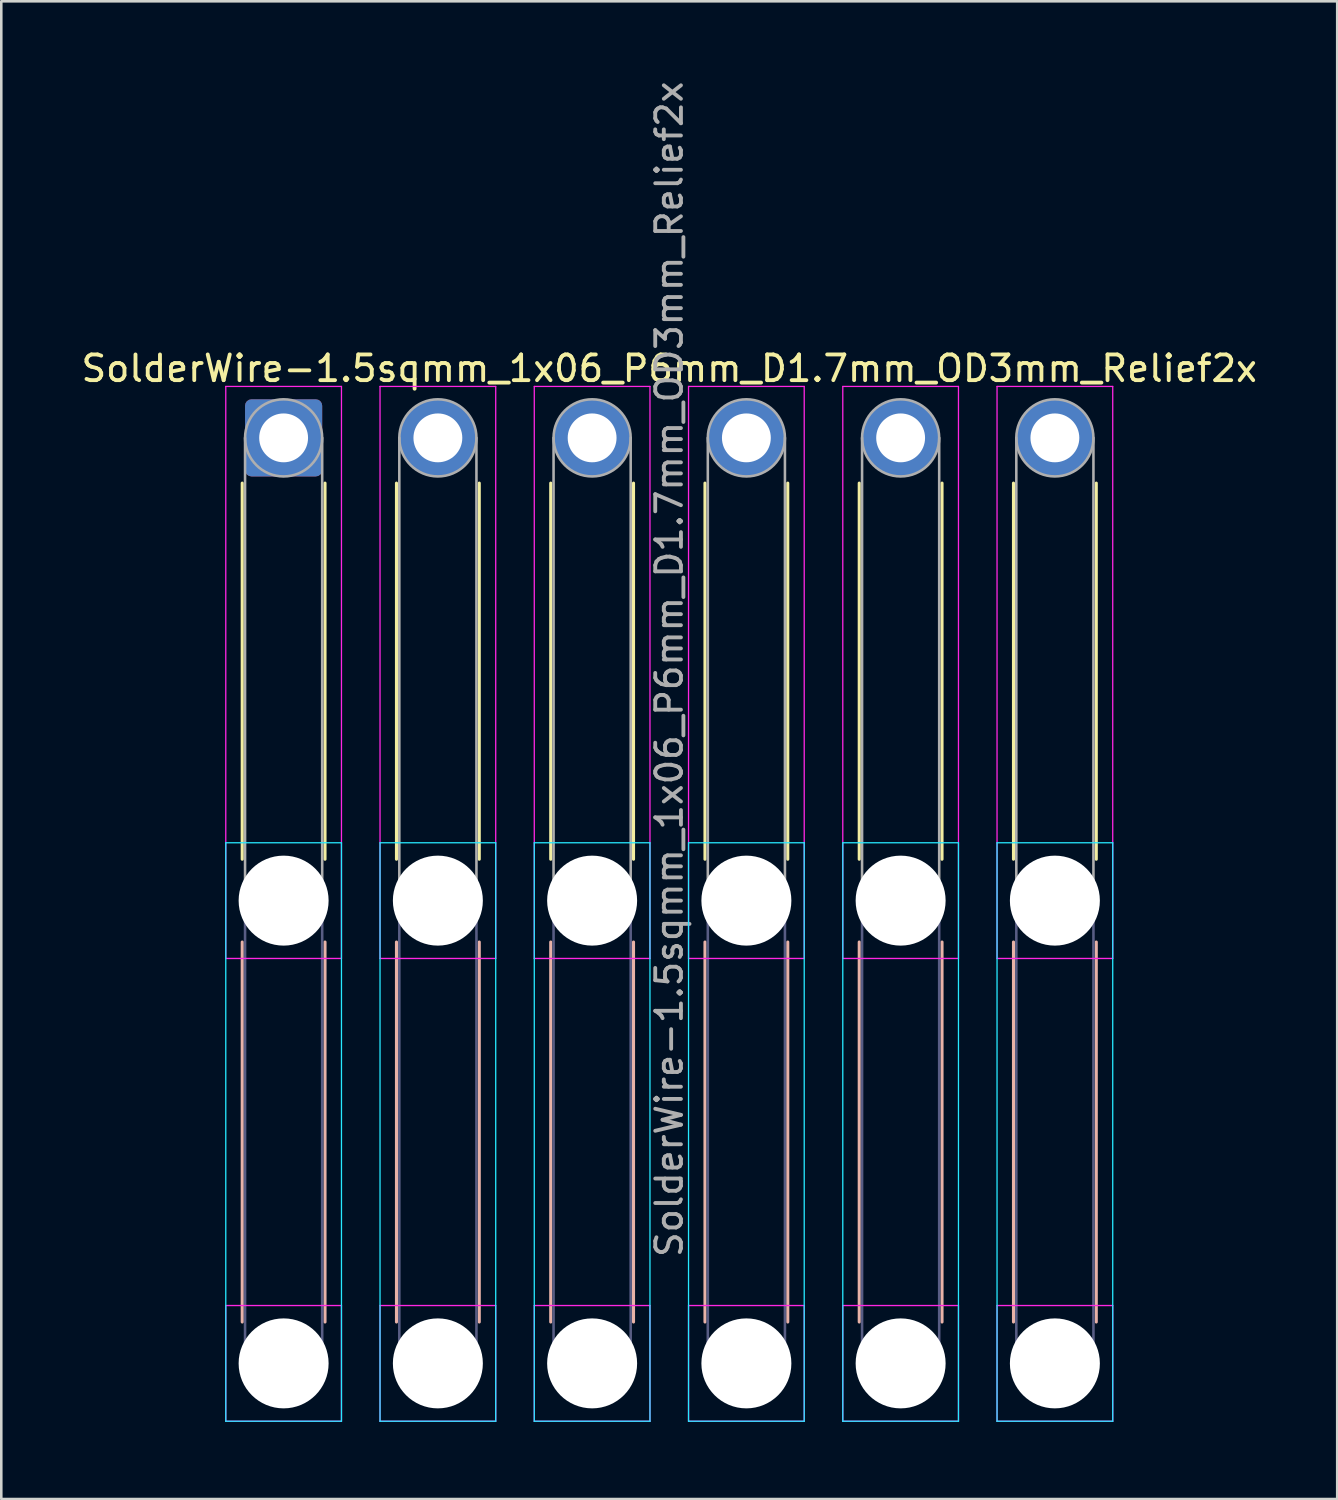
<source format=kicad_pcb>
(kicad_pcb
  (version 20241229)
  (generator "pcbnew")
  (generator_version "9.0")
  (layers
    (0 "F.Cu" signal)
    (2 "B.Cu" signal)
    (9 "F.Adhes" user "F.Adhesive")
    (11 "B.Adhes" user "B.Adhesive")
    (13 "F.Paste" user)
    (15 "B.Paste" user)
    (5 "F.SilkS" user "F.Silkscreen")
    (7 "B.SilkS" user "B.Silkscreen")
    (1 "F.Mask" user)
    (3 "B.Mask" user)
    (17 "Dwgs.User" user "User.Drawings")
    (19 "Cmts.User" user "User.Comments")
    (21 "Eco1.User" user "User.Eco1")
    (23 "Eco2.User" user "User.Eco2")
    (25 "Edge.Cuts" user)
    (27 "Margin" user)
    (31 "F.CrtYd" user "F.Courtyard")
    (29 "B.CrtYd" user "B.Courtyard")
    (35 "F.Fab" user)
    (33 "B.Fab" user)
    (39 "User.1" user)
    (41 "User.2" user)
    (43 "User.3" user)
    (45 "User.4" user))
  (footprint "SolderWire-1.5sqmm_1x06_P6mm_D1.7mm_OD3mm_Relief2x"
    (layer "F.Cu")
    (at 7.982 13.982)
    (property "Reference" "SolderWire-1.5sqmm_1x06_P6mm_D1.7mm_OD3mm_Relief2x" (at 15 -2.7 0) (layer "F.SilkS") (effects (font (size 1 1) (thickness 0.15))))
    (attr exclude_from_pos_files exclude_from_bom)
    (fp_line (start -1.61 1.76) (end -1.61 16.39) (stroke (width 0.12) (type solid)) (layer "F.SilkS"))
    (fp_line (start 1.61 1.76) (end 1.61 16.39) (stroke (width 0.12) (type solid)) (layer "F.SilkS"))
    (fp_line (start 4.39 1.76) (end 4.39 16.39) (stroke (width 0.12) (type solid)) (layer "F.SilkS"))
    (fp_line (start 7.61 1.76) (end 7.61 16.39) (stroke (width 0.12) (type solid)) (layer "F.SilkS"))
    (fp_line (start 10.39 1.76) (end 10.39 16.39) (stroke (width 0.12) (type solid)) (layer "F.SilkS"))
    (fp_line (start 13.61 1.76) (end 13.61 16.39) (stroke (width 0.12) (type solid)) (layer "F.SilkS"))
    (fp_line (start 16.39 1.76) (end 16.39 16.39) (stroke (width 0.12) (type solid)) (layer "F.SilkS"))
    (fp_line (start 19.61 1.76) (end 19.61 16.39) (stroke (width 0.12) (type solid)) (layer "F.SilkS"))
    (fp_line (start 22.39 1.76) (end 22.39 16.39) (stroke (width 0.12) (type solid)) (layer "F.SilkS"))
    (fp_line (start 25.61 1.76) (end 25.61 16.39) (stroke (width 0.12) (type solid)) (layer "F.SilkS"))
    (fp_line (start 28.39 1.76) (end 28.39 16.39) (stroke (width 0.12) (type solid)) (layer "F.SilkS"))
    (fp_line (start 31.61 1.76) (end 31.61 16.39) (stroke (width 0.12) (type solid)) (layer "F.SilkS"))
    (fp_line (start -1.61 19.61) (end -1.61 34.39) (stroke (width 0.12) (type solid)) (layer "B.SilkS"))
    (fp_line (start 1.61 19.61) (end 1.61 34.39) (stroke (width 0.12) (type solid)) (layer "B.SilkS"))
    (fp_line (start 4.39 19.61) (end 4.39 34.39) (stroke (width 0.12) (type solid)) (layer "B.SilkS"))
    (fp_line (start 7.61 19.61) (end 7.61 34.39) (stroke (width 0.12) (type solid)) (layer "B.SilkS"))
    (fp_line (start 10.39 19.61) (end 10.39 34.39) (stroke (width 0.12) (type solid)) (layer "B.SilkS"))
    (fp_line (start 13.61 19.61) (end 13.61 34.39) (stroke (width 0.12) (type solid)) (layer "B.SilkS"))
    (fp_line (start 16.39 19.61) (end 16.39 34.39) (stroke (width 0.12) (type solid)) (layer "B.SilkS"))
    (fp_line (start 19.61 19.61) (end 19.61 34.39) (stroke (width 0.12) (type solid)) (layer "B.SilkS"))
    (fp_line (start 22.39 19.61) (end 22.39 34.39) (stroke (width 0.12) (type solid)) (layer "B.SilkS"))
    (fp_line (start 25.61 19.61) (end 25.61 34.39) (stroke (width 0.12) (type solid)) (layer "B.SilkS"))
    (fp_line (start 28.39 19.61) (end 28.39 34.39) (stroke (width 0.12) (type solid)) (layer "B.SilkS"))
    (fp_line (start 31.61 19.61) (end 31.61 34.39) (stroke (width 0.12) (type solid)) (layer "B.SilkS"))
    (fp_line (start -2.25 15.75) (end -2.25 38.25) (stroke (width 0.05) (type solid)) (layer "B.CrtYd"))
    (fp_line (start -2.25 38.25) (end 2.25 38.25) (stroke (width 0.05) (type solid)) (layer "B.CrtYd"))
    (fp_line (start 2.25 15.75) (end -2.25 15.75) (stroke (width 0.05) (type solid)) (layer "B.CrtYd"))
    (fp_line (start 2.25 38.25) (end 2.25 15.75) (stroke (width 0.05) (type solid)) (layer "B.CrtYd"))
    (fp_line (start 3.75 15.75) (end 3.75 38.25) (stroke (width 0.05) (type solid)) (layer "B.CrtYd"))
    (fp_line (start 3.75 38.25) (end 8.25 38.25) (stroke (width 0.05) (type solid)) (layer "B.CrtYd"))
    (fp_line (start 8.25 15.75) (end 3.75 15.75) (stroke (width 0.05) (type solid)) (layer "B.CrtYd"))
    (fp_line (start 8.25 38.25) (end 8.25 15.75) (stroke (width 0.05) (type solid)) (layer "B.CrtYd"))
    (fp_line (start 9.75 15.75) (end 9.75 38.25) (stroke (width 0.05) (type solid)) (layer "B.CrtYd"))
    (fp_line (start 9.75 38.25) (end 14.25 38.25) (stroke (width 0.05) (type solid)) (layer "B.CrtYd"))
    (fp_line (start 14.25 15.75) (end 9.75 15.75) (stroke (width 0.05) (type solid)) (layer "B.CrtYd"))
    (fp_line (start 14.25 38.25) (end 14.25 15.75) (stroke (width 0.05) (type solid)) (layer "B.CrtYd"))
    (fp_line (start 15.75 15.75) (end 15.75 38.25) (stroke (width 0.05) (type solid)) (layer "B.CrtYd"))
    (fp_line (start 15.75 38.25) (end 20.25 38.25) (stroke (width 0.05) (type solid)) (layer "B.CrtYd"))
    (fp_line (start 20.25 15.75) (end 15.75 15.75) (stroke (width 0.05) (type solid)) (layer "B.CrtYd"))
    (fp_line (start 20.25 38.25) (end 20.25 15.75) (stroke (width 0.05) (type solid)) (layer "B.CrtYd"))
    (fp_line (start 21.75 15.75) (end 21.75 38.25) (stroke (width 0.05) (type solid)) (layer "B.CrtYd"))
    (fp_line (start 21.75 38.25) (end 26.25 38.25) (stroke (width 0.05) (type solid)) (layer "B.CrtYd"))
    (fp_line (start 26.25 15.75) (end 21.75 15.75) (stroke (width 0.05) (type solid)) (layer "B.CrtYd"))
    (fp_line (start 26.25 38.25) (end 26.25 15.75) (stroke (width 0.05) (type solid)) (layer "B.CrtYd"))
    (fp_line (start 27.75 15.75) (end 27.75 38.25) (stroke (width 0.05) (type solid)) (layer "B.CrtYd"))
    (fp_line (start 27.75 38.25) (end 32.25 38.25) (stroke (width 0.05) (type solid)) (layer "B.CrtYd"))
    (fp_line (start 32.25 15.75) (end 27.75 15.75) (stroke (width 0.05) (type solid)) (layer "B.CrtYd"))
    (fp_line (start 32.25 38.25) (end 32.25 15.75) (stroke (width 0.05) (type solid)) (layer "B.CrtYd"))
    (fp_line (start -2.25 -2) (end -2.25 20.25) (stroke (width 0.05) (type solid)) (layer "F.CrtYd"))
    (fp_line (start -2.25 20.25) (end 2.25 20.25) (stroke (width 0.05) (type solid)) (layer "F.CrtYd"))
    (fp_line (start -2.25 33.75) (end -2.25 38.25) (stroke (width 0.05) (type solid)) (layer "F.CrtYd"))
    (fp_line (start -2.25 38.25) (end 2.25 38.25) (stroke (width 0.05) (type solid)) (layer "F.CrtYd"))
    (fp_line (start 2.25 -2) (end -2.25 -2) (stroke (width 0.05) (type solid)) (layer "F.CrtYd"))
    (fp_line (start 2.25 20.25) (end 2.25 -2) (stroke (width 0.05) (type solid)) (layer "F.CrtYd"))
    (fp_line (start 2.25 33.75) (end -2.25 33.75) (stroke (width 0.05) (type solid)) (layer "F.CrtYd"))
    (fp_line (start 2.25 38.25) (end 2.25 33.75) (stroke (width 0.05) (type solid)) (layer "F.CrtYd"))
    (fp_line (start 3.75 -2) (end 3.75 20.25) (stroke (width 0.05) (type solid)) (layer "F.CrtYd"))
    (fp_line (start 3.75 20.25) (end 8.25 20.25) (stroke (width 0.05) (type solid)) (layer "F.CrtYd"))
    (fp_line (start 3.75 33.75) (end 3.75 38.25) (stroke (width 0.05) (type solid)) (layer "F.CrtYd"))
    (fp_line (start 3.75 38.25) (end 8.25 38.25) (stroke (width 0.05) (type solid)) (layer "F.CrtYd"))
    (fp_line (start 8.25 -2) (end 3.75 -2) (stroke (width 0.05) (type solid)) (layer "F.CrtYd"))
    (fp_line (start 8.25 20.25) (end 8.25 -2) (stroke (width 0.05) (type solid)) (layer "F.CrtYd"))
    (fp_line (start 8.25 33.75) (end 3.75 33.75) (stroke (width 0.05) (type solid)) (layer "F.CrtYd"))
    (fp_line (start 8.25 38.25) (end 8.25 33.75) (stroke (width 0.05) (type solid)) (layer "F.CrtYd"))
    (fp_line (start 9.75 -2) (end 9.75 20.25) (stroke (width 0.05) (type solid)) (layer "F.CrtYd"))
    (fp_line (start 9.75 20.25) (end 14.25 20.25) (stroke (width 0.05) (type solid)) (layer "F.CrtYd"))
    (fp_line (start 9.75 33.75) (end 9.75 38.25) (stroke (width 0.05) (type solid)) (layer "F.CrtYd"))
    (fp_line (start 9.75 38.25) (end 14.25 38.25) (stroke (width 0.05) (type solid)) (layer "F.CrtYd"))
    (fp_line (start 14.25 -2) (end 9.75 -2) (stroke (width 0.05) (type solid)) (layer "F.CrtYd"))
    (fp_line (start 14.25 20.25) (end 14.25 -2) (stroke (width 0.05) (type solid)) (layer "F.CrtYd"))
    (fp_line (start 14.25 33.75) (end 9.75 33.75) (stroke (width 0.05) (type solid)) (layer "F.CrtYd"))
    (fp_line (start 14.25 38.25) (end 14.25 33.75) (stroke (width 0.05) (type solid)) (layer "F.CrtYd"))
    (fp_line (start 15.75 -2) (end 15.75 20.25) (stroke (width 0.05) (type solid)) (layer "F.CrtYd"))
    (fp_line (start 15.75 20.25) (end 20.25 20.25) (stroke (width 0.05) (type solid)) (layer "F.CrtYd"))
    (fp_line (start 15.75 33.75) (end 15.75 38.25) (stroke (width 0.05) (type solid)) (layer "F.CrtYd"))
    (fp_line (start 15.75 38.25) (end 20.25 38.25) (stroke (width 0.05) (type solid)) (layer "F.CrtYd"))
    (fp_line (start 20.25 -2) (end 15.75 -2) (stroke (width 0.05) (type solid)) (layer "F.CrtYd"))
    (fp_line (start 20.25 20.25) (end 20.25 -2) (stroke (width 0.05) (type solid)) (layer "F.CrtYd"))
    (fp_line (start 20.25 33.75) (end 15.75 33.75) (stroke (width 0.05) (type solid)) (layer "F.CrtYd"))
    (fp_line (start 20.25 38.25) (end 20.25 33.75) (stroke (width 0.05) (type solid)) (layer "F.CrtYd"))
    (fp_line (start 21.75 -2) (end 21.75 20.25) (stroke (width 0.05) (type solid)) (layer "F.CrtYd"))
    (fp_line (start 21.75 20.25) (end 26.25 20.25) (stroke (width 0.05) (type solid)) (layer "F.CrtYd"))
    (fp_line (start 21.75 33.75) (end 21.75 38.25) (stroke (width 0.05) (type solid)) (layer "F.CrtYd"))
    (fp_line (start 21.75 38.25) (end 26.25 38.25) (stroke (width 0.05) (type solid)) (layer "F.CrtYd"))
    (fp_line (start 26.25 -2) (end 21.75 -2) (stroke (width 0.05) (type solid)) (layer "F.CrtYd"))
    (fp_line (start 26.25 20.25) (end 26.25 -2) (stroke (width 0.05) (type solid)) (layer "F.CrtYd"))
    (fp_line (start 26.25 33.75) (end 21.75 33.75) (stroke (width 0.05) (type solid)) (layer "F.CrtYd"))
    (fp_line (start 26.25 38.25) (end 26.25 33.75) (stroke (width 0.05) (type solid)) (layer "F.CrtYd"))
    (fp_line (start 27.75 -2) (end 27.75 20.25) (stroke (width 0.05) (type solid)) (layer "F.CrtYd"))
    (fp_line (start 27.75 20.25) (end 32.25 20.25) (stroke (width 0.05) (type solid)) (layer "F.CrtYd"))
    (fp_line (start 27.75 33.75) (end 27.75 38.25) (stroke (width 0.05) (type solid)) (layer "F.CrtYd"))
    (fp_line (start 27.75 38.25) (end 32.25 38.25) (stroke (width 0.05) (type solid)) (layer "F.CrtYd"))
    (fp_line (start 32.25 -2) (end 27.75 -2) (stroke (width 0.05) (type solid)) (layer "F.CrtYd"))
    (fp_line (start 32.25 20.25) (end 32.25 -2) (stroke (width 0.05) (type solid)) (layer "F.CrtYd"))
    (fp_line (start 32.25 33.75) (end 27.75 33.75) (stroke (width 0.05) (type solid)) (layer "F.CrtYd"))
    (fp_line (start 32.25 38.25) (end 32.25 33.75) (stroke (width 0.05) (type solid)) (layer "F.CrtYd"))
    (fp_line (start -1.5 18) (end -1.5 36) (stroke (width 0.1) (type solid)) (layer "B.Fab"))
    (fp_line (start 1.5 18) (end 1.5 36) (stroke (width 0.1) (type solid)) (layer "B.Fab"))
    (fp_line (start 4.5 18) (end 4.5 36) (stroke (width 0.1) (type solid)) (layer "B.Fab"))
    (fp_line (start 7.5 18) (end 7.5 36) (stroke (width 0.1) (type solid)) (layer "B.Fab"))
    (fp_line (start 10.5 18) (end 10.5 36) (stroke (width 0.1) (type solid)) (layer "B.Fab"))
    (fp_line (start 13.5 18) (end 13.5 36) (stroke (width 0.1) (type solid)) (layer "B.Fab"))
    (fp_line (start 16.5 18) (end 16.5 36) (stroke (width 0.1) (type solid)) (layer "B.Fab"))
    (fp_line (start 19.5 18) (end 19.5 36) (stroke (width 0.1) (type solid)) (layer "B.Fab"))
    (fp_line (start 22.5 18) (end 22.5 36) (stroke (width 0.1) (type solid)) (layer "B.Fab"))
    (fp_line (start 25.5 18) (end 25.5 36) (stroke (width 0.1) (type solid)) (layer "B.Fab"))
    (fp_line (start 28.5 18) (end 28.5 36) (stroke (width 0.1) (type solid)) (layer "B.Fab"))
    (fp_line (start 31.5 18) (end 31.5 36) (stroke (width 0.1) (type solid)) (layer "B.Fab"))
    (fp_circle (center 0 18) (end 1.5 18) (stroke (width 0.1) (type solid)) (fill no) (layer "B.Fab"))
    (fp_circle (center 0 36) (end 1.5 36) (stroke (width 0.1) (type solid)) (fill no) (layer "B.Fab"))
    (fp_circle (center 6 18) (end 7.5 18) (stroke (width 0.1) (type solid)) (fill no) (layer "B.Fab"))
    (fp_circle (center 6 36) (end 7.5 36) (stroke (width 0.1) (type solid)) (fill no) (layer "B.Fab"))
    (fp_circle (center 12 18) (end 13.5 18) (stroke (width 0.1) (type solid)) (fill no) (layer "B.Fab"))
    (fp_circle (center 12 36) (end 13.5 36) (stroke (width 0.1) (type solid)) (fill no) (layer "B.Fab"))
    (fp_circle (center 18 18) (end 19.5 18) (stroke (width 0.1) (type solid)) (fill no) (layer "B.Fab"))
    (fp_circle (center 18 36) (end 19.5 36) (stroke (width 0.1) (type solid)) (fill no) (layer "B.Fab"))
    (fp_circle (center 24 18) (end 25.5 18) (stroke (width 0.1) (type solid)) (fill no) (layer "B.Fab"))
    (fp_circle (center 24 36) (end 25.5 36) (stroke (width 0.1) (type solid)) (fill no) (layer "B.Fab"))
    (fp_circle (center 30 18) (end 31.5 18) (stroke (width 0.1) (type solid)) (fill no) (layer "B.Fab"))
    (fp_circle (center 30 36) (end 31.5 36) (stroke (width 0.1) (type solid)) (fill no) (layer "B.Fab"))
    (fp_line (start -1.5 0) (end -1.5 18) (stroke (width 0.1) (type solid)) (layer "F.Fab"))
    (fp_line (start 1.5 0) (end 1.5 18) (stroke (width 0.1) (type solid)) (layer "F.Fab"))
    (fp_line (start 4.5 0) (end 4.5 18) (stroke (width 0.1) (type solid)) (layer "F.Fab"))
    (fp_line (start 7.5 0) (end 7.5 18) (stroke (width 0.1) (type solid)) (layer "F.Fab"))
    (fp_line (start 10.5 0) (end 10.5 18) (stroke (width 0.1) (type solid)) (layer "F.Fab"))
    (fp_line (start 13.5 0) (end 13.5 18) (stroke (width 0.1) (type solid)) (layer "F.Fab"))
    (fp_line (start 16.5 0) (end 16.5 18) (stroke (width 0.1) (type solid)) (layer "F.Fab"))
    (fp_line (start 19.5 0) (end 19.5 18) (stroke (width 0.1) (type solid)) (layer "F.Fab"))
    (fp_line (start 22.5 0) (end 22.5 18) (stroke (width 0.1) (type solid)) (layer "F.Fab"))
    (fp_line (start 25.5 0) (end 25.5 18) (stroke (width 0.1) (type solid)) (layer "F.Fab"))
    (fp_line (start 28.5 0) (end 28.5 18) (stroke (width 0.1) (type solid)) (layer "F.Fab"))
    (fp_line (start 31.5 0) (end 31.5 18) (stroke (width 0.1) (type solid)) (layer "F.Fab"))
    (fp_circle (center 0 0) (end 1.5 0) (stroke (width 0.1) (type solid)) (fill no) (layer "F.Fab"))
    (fp_circle (center 0 18) (end 1.5 18) (stroke (width 0.1) (type solid)) (fill no) (layer "F.Fab"))
    (fp_circle (center 0 36) (end 1.5 36) (stroke (width 0.1) (type solid)) (fill no) (layer "F.Fab"))
    (fp_circle (center 6 0) (end 7.5 0) (stroke (width 0.1) (type solid)) (fill no) (layer "F.Fab"))
    (fp_circle (center 6 18) (end 7.5 18) (stroke (width 0.1) (type solid)) (fill no) (layer "F.Fab"))
    (fp_circle (center 6 36) (end 7.5 36) (stroke (width 0.1) (type solid)) (fill no) (layer "F.Fab"))
    (fp_circle (center 12 0) (end 13.5 0) (stroke (width 0.1) (type solid)) (fill no) (layer "F.Fab"))
    (fp_circle (center 12 18) (end 13.5 18) (stroke (width 0.1) (type solid)) (fill no) (layer "F.Fab"))
    (fp_circle (center 12 36) (end 13.5 36) (stroke (width 0.1) (type solid)) (fill no) (layer "F.Fab"))
    (fp_circle (center 18 0) (end 19.5 0) (stroke (width 0.1) (type solid)) (fill no) (layer "F.Fab"))
    (fp_circle (center 18 18) (end 19.5 18) (stroke (width 0.1) (type solid)) (fill no) (layer "F.Fab"))
    (fp_circle (center 18 36) (end 19.5 36) (stroke (width 0.1) (type solid)) (fill no) (layer "F.Fab"))
    (fp_circle (center 24 0) (end 25.5 0) (stroke (width 0.1) (type solid)) (fill no) (layer "F.Fab"))
    (fp_circle (center 24 18) (end 25.5 18) (stroke (width 0.1) (type solid)) (fill no) (layer "F.Fab"))
    (fp_circle (center 24 36) (end 25.5 36) (stroke (width 0.1) (type solid)) (fill no) (layer "F.Fab"))
    (fp_circle (center 30 0) (end 31.5 0) (stroke (width 0.1) (type solid)) (fill no) (layer "F.Fab"))
    (fp_circle (center 30 18) (end 31.5 18) (stroke (width 0.1) (type solid)) (fill no) (layer "F.Fab"))
    (fp_circle (center 30 36) (end 31.5 36) (stroke (width 0.1) (type solid)) (fill no) (layer "F.Fab"))
    (fp_text user "${REFERENCE}" (at 15 9 90) (layer "F.Fab") (effects (font (size 1 1) (thickness 0.15))))
    (pad "" np_thru_hole circle (at 0 18) (size 3.5 3.5) (drill 3.5) (layers "*.Cu" "*.Mask"))
    (pad "" np_thru_hole circle (at 0 36) (size 3.5 3.5) (drill 3.5) (layers "*.Cu" "*.Mask"))
    (pad "" np_thru_hole circle (at 6 18) (size 3.5 3.5) (drill 3.5) (layers "*.Cu" "*.Mask"))
    (pad "" np_thru_hole circle (at 6 36) (size 3.5 3.5) (drill 3.5) (layers "*.Cu" "*.Mask"))
    (pad "" np_thru_hole circle (at 12 18) (size 3.5 3.5) (drill 3.5) (layers "*.Cu" "*.Mask"))
    (pad "" np_thru_hole circle (at 12 36) (size 3.5 3.5) (drill 3.5) (layers "*.Cu" "*.Mask"))
    (pad "" np_thru_hole circle (at 18 18) (size 3.5 3.5) (drill 3.5) (layers "*.Cu" "*.Mask"))
    (pad "" np_thru_hole circle (at 18 36) (size 3.5 3.5) (drill 3.5) (layers "*.Cu" "*.Mask"))
    (pad "" np_thru_hole circle (at 24 18) (size 3.5 3.5) (drill 3.5) (layers "*.Cu" "*.Mask"))
    (pad "" np_thru_hole circle (at 24 36) (size 3.5 3.5) (drill 3.5) (layers "*.Cu" "*.Mask"))
    (pad "" np_thru_hole circle (at 30 18) (size 3.5 3.5) (drill 3.5) (layers "*.Cu" "*.Mask"))
    (pad "" np_thru_hole circle (at 30 36) (size 3.5 3.5) (drill 3.5) (layers "*.Cu" "*.Mask"))
    (pad "1" thru_hole roundrect (at 0 0) (size 3 3) (drill 1.9) (layers "*.Cu" "*.Mask") (roundrect_rratio 0.083))
    (pad "2" thru_hole circle (at 6 0) (size 3 3) (drill 1.9) (layers "*.Cu" "*.Mask"))
    (pad "3" thru_hole circle (at 12 0) (size 3 3) (drill 1.9) (layers "*.Cu" "*.Mask"))
    (pad "4" thru_hole circle (at 18 0) (size 3 3) (drill 1.9) (layers "*.Cu" "*.Mask"))
    (pad "5" thru_hole circle (at 24 0) (size 3 3) (drill 1.9) (layers "*.Cu" "*.Mask"))
    (pad "6" thru_hole circle (at 30 0) (size 3 3) (drill 1.9) (layers "*.Cu" "*.Mask")))
  (gr_rect
    (start -3 -3)
    (end 48.964 55.257)
    (stroke (width 0.1) (type default))
    (fill no)
    (layer "Edge.Cuts")))
</source>
